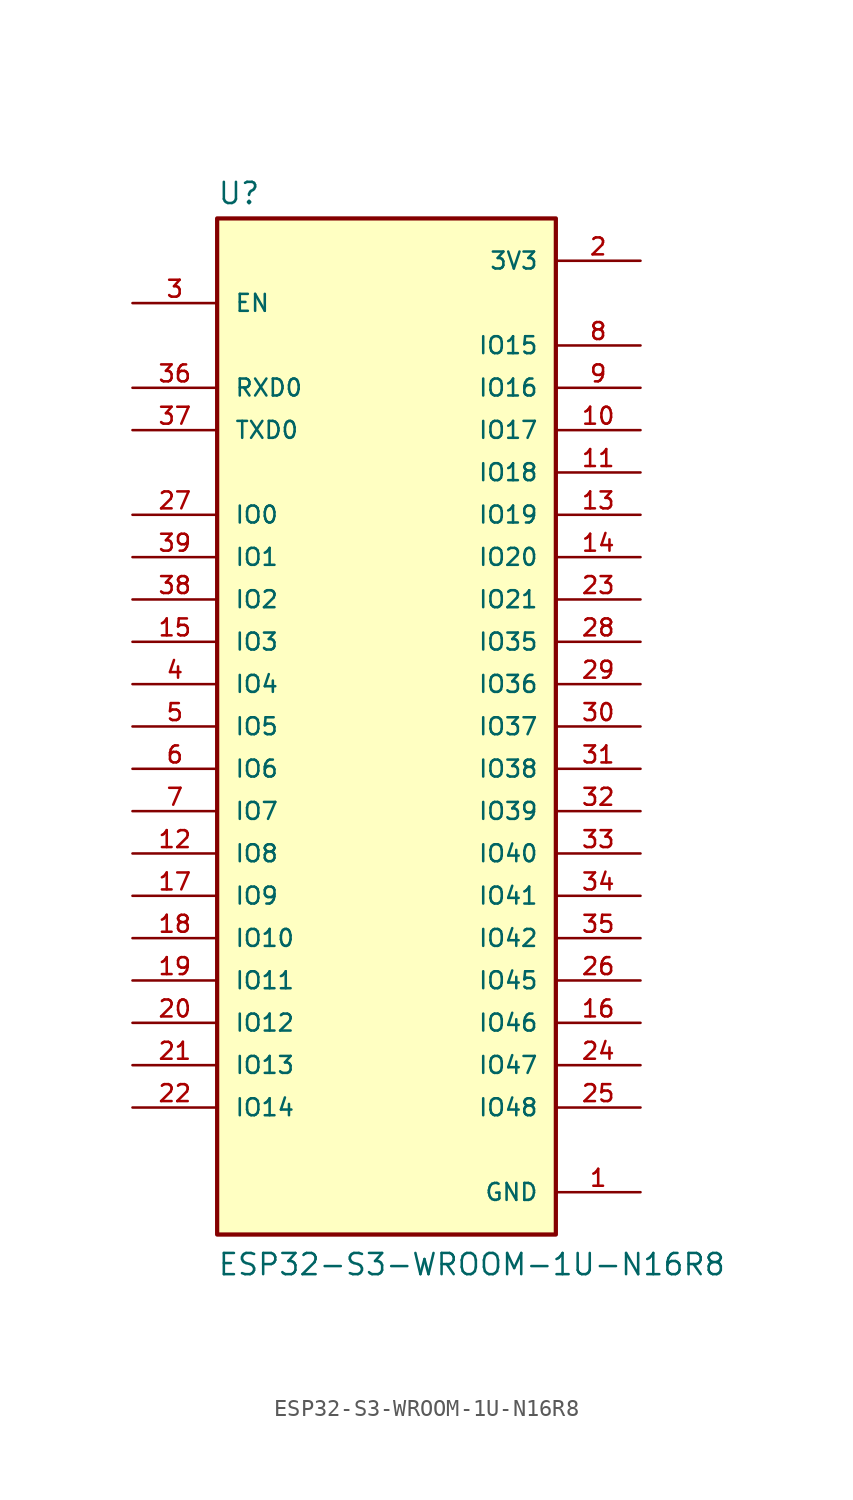
<source format=kicad_sym>
(kicad_symbol_lib
  (version 20211014)
  (generator kicad_symbol_editor)
  (symbol "ESP32-S3-WROOM-1U-N16R8"
    (pin_names
      (offset 1.016))
    (property "Reference" "U"
      (at -10.16 31.242 0)
      (effects (font (size 1.27 1.27)) (justify bottom left)))
    (property "Value" "ESP32-S3-WROOM-1U-N16R8"
      (at -10.16 -33.02 0)
      (effects (font (size 1.27 1.27)) (justify bottom left)))
    (symbol "ESP32-S3-WROOM-1U-N16R8_0_0"
      (rectangle (start -10.16 -30.48) (end 10.16 30.48) (stroke (width 0.254)) (fill (type background)))
      (pin power_in line (at 15.24 -27.94 180.0) (length 5.08) (name "GND" (effects (font (size 1.016 1.016)))) (number "1" (effects (font (size 1.016 1.016)))))
      (pin power_in line (at 15.24 -27.94 180.0) (length 5.08) hide (name "GND" (effects (font (size 1.016 1.016)))) (number "40" (effects (font (size 1.016 1.016)))))
      (pin power_in line (at 15.24 -27.94 180.0) (length 5.08) hide (name "GND" (effects (font (size 1.016 1.016)))) (number "41_1" (effects (font (size 1.016 1.016)))))
      (pin power_in line (at 15.24 -27.94 180.0) (length 5.08) hide (name "GND" (effects (font (size 1.016 1.016)))) (number "41_2" (effects (font (size 1.016 1.016)))))
      (pin power_in line (at 15.24 -27.94 180.0) (length 5.08) hide (name "GND" (effects (font (size 1.016 1.016)))) (number "41_3" (effects (font (size 1.016 1.016)))))
      (pin power_in line (at 15.24 -27.94 180.0) (length 5.08) hide (name "GND" (effects (font (size 1.016 1.016)))) (number "41_4" (effects (font (size 1.016 1.016)))))
      (pin power_in line (at 15.24 -27.94 180.0) (length 5.08) hide (name "GND" (effects (font (size 1.016 1.016)))) (number "41_5" (effects (font (size 1.016 1.016)))))
      (pin power_in line (at 15.24 -27.94 180.0) (length 5.08) hide (name "GND" (effects (font (size 1.016 1.016)))) (number "41_6" (effects (font (size 1.016 1.016)))))
      (pin power_in line (at 15.24 -27.94 180.0) (length 5.08) hide (name "GND" (effects (font (size 1.016 1.016)))) (number "41_7" (effects (font (size 1.016 1.016)))))
      (pin power_in line (at 15.24 -27.94 180.0) (length 5.08) hide (name "GND" (effects (font (size 1.016 1.016)))) (number "41_8" (effects (font (size 1.016 1.016)))))
      (pin power_in line (at 15.24 -27.94 180.0) (length 5.08) hide (name "GND" (effects (font (size 1.016 1.016)))) (number "41_9" (effects (font (size 1.016 1.016)))))
      (pin power_in line (at 15.24 27.94 180.0) (length 5.08) (name "3V3" (effects (font (size 1.016 1.016)))) (number "2" (effects (font (size 1.016 1.016)))))
      (pin input line (at -15.24 25.4 0) (length 5.08) (name "EN" (effects (font (size 1.016 1.016)))) (number "3" (effects (font (size 1.016 1.016)))))
      (pin bidirectional line (at 15.24 5.08 180.0) (length 5.08) (name "IO35" (effects (font (size 1.016 1.016)))) (number "28" (effects (font (size 1.016 1.016)))))
      (pin bidirectional line (at 15.24 -22.86 180.0) (length 5.08) (name "IO48" (effects (font (size 1.016 1.016)))) (number "25" (effects (font (size 1.016 1.016)))))
      (pin bidirectional line (at 15.24 -10.16 180.0) (length 5.08) (name "IO41" (effects (font (size 1.016 1.016)))) (number "34" (effects (font (size 1.016 1.016)))))
      (pin bidirectional line (at 15.24 -5.08 180.0) (length 5.08) (name "IO39" (effects (font (size 1.016 1.016)))) (number "32" (effects (font (size 1.016 1.016)))))
      (pin bidirectional line (at 15.24 -20.32 180.0) (length 5.08) (name "IO47" (effects (font (size 1.016 1.016)))) (number "24" (effects (font (size 1.016 1.016)))))
      (pin bidirectional line (at 15.24 -7.62 180.0) (length 5.08) (name "IO40" (effects (font (size 1.016 1.016)))) (number "33" (effects (font (size 1.016 1.016)))))
      (pin bidirectional line (at -15.24 -22.86 0) (length 5.08) (name "IO14" (effects (font (size 1.016 1.016)))) (number "22" (effects (font (size 1.016 1.016)))))
      (pin bidirectional line (at -15.24 -17.78 0) (length 5.08) (name "IO12" (effects (font (size 1.016 1.016)))) (number "20" (effects (font (size 1.016 1.016)))))
      (pin bidirectional line (at -15.24 -20.32 0) (length 5.08) (name "IO13" (effects (font (size 1.016 1.016)))) (number "21" (effects (font (size 1.016 1.016)))))
      (pin bidirectional line (at 15.24 22.86 180.0) (length 5.08) (name "IO15" (effects (font (size 1.016 1.016)))) (number "8" (effects (font (size 1.016 1.016)))))
      (pin bidirectional line (at -15.24 7.62 0) (length 5.08) (name "IO2" (effects (font (size 1.016 1.016)))) (number "38" (effects (font (size 1.016 1.016)))))
      (pin bidirectional line (at -15.24 12.7 0) (length 5.08) (name "IO0" (effects (font (size 1.016 1.016)))) (number "27" (effects (font (size 1.016 1.016)))))
      (pin bidirectional line (at -15.24 2.54 0) (length 5.08) (name "IO4" (effects (font (size 1.016 1.016)))) (number "4" (effects (font (size 1.016 1.016)))))
      (pin bidirectional line (at 15.24 20.32 180.0) (length 5.08) (name "IO16" (effects (font (size 1.016 1.016)))) (number "9" (effects (font (size 1.016 1.016)))))
      (pin bidirectional line (at 15.24 17.78 180.0) (length 5.08) (name "IO17" (effects (font (size 1.016 1.016)))) (number "10" (effects (font (size 1.016 1.016)))))
      (pin bidirectional line (at -15.24 0.0 0) (length 5.08) (name "IO5" (effects (font (size 1.016 1.016)))) (number "5" (effects (font (size 1.016 1.016)))))
      (pin bidirectional line (at 15.24 15.24 180.0) (length 5.08) (name "IO18" (effects (font (size 1.016 1.016)))) (number "11" (effects (font (size 1.016 1.016)))))
      (pin bidirectional line (at 15.24 12.7 180.0) (length 5.08) (name "IO19" (effects (font (size 1.016 1.016)))) (number "13" (effects (font (size 1.016 1.016)))))
      (pin bidirectional line (at 15.24 7.62 180.0) (length 5.08) (name "IO21" (effects (font (size 1.016 1.016)))) (number "23" (effects (font (size 1.016 1.016)))))
      (pin bidirectional line (at 15.24 0.0 180.0) (length 5.08) (name "IO37" (effects (font (size 1.016 1.016)))) (number "30" (effects (font (size 1.016 1.016)))))
      (pin bidirectional line (at 15.24 -2.54 180.0) (length 5.08) (name "IO38" (effects (font (size 1.016 1.016)))) (number "31" (effects (font (size 1.016 1.016)))))
      (pin bidirectional line (at -15.24 10.16 0) (length 5.08) (name "IO1" (effects (font (size 1.016 1.016)))) (number "39" (effects (font (size 1.016 1.016)))))
      (pin bidirectional line (at -15.24 5.08 0) (length 5.08) (name "IO3" (effects (font (size 1.016 1.016)))) (number "15" (effects (font (size 1.016 1.016)))))
      (pin bidirectional line (at -15.24 -2.54 0) (length 5.08) (name "IO6" (effects (font (size 1.016 1.016)))) (number "6" (effects (font (size 1.016 1.016)))))
      (pin bidirectional line (at -15.24 -5.08 0) (length 5.08) (name "IO7" (effects (font (size 1.016 1.016)))) (number "7" (effects (font (size 1.016 1.016)))))
      (pin bidirectional line (at -15.24 -7.62 0) (length 5.08) (name "IO8" (effects (font (size 1.016 1.016)))) (number "12" (effects (font (size 1.016 1.016)))))
      (pin bidirectional line (at -15.24 -10.16 0) (length 5.08) (name "IO9" (effects (font (size 1.016 1.016)))) (number "17" (effects (font (size 1.016 1.016)))))
      (pin bidirectional line (at -15.24 -12.7 0) (length 5.08) (name "IO10" (effects (font (size 1.016 1.016)))) (number "18" (effects (font (size 1.016 1.016)))))
      (pin bidirectional line (at -15.24 -15.24 0) (length 5.08) (name "IO11" (effects (font (size 1.016 1.016)))) (number "19" (effects (font (size 1.016 1.016)))))
      (pin bidirectional line (at 15.24 2.54 180.0) (length 5.08) (name "IO36" (effects (font (size 1.016 1.016)))) (number "29" (effects (font (size 1.016 1.016)))))
      (pin bidirectional line (at 15.24 -12.7 180.0) (length 5.08) (name "IO42" (effects (font (size 1.016 1.016)))) (number "35" (effects (font (size 1.016 1.016)))))
      (pin bidirectional line (at 15.24 10.16 180.0) (length 5.08) (name "IO20" (effects (font (size 1.016 1.016)))) (number "14" (effects (font (size 1.016 1.016)))))
      (pin bidirectional line (at -15.24 17.78 0) (length 5.08) (name "TXD0" (effects (font (size 1.016 1.016)))) (number "37" (effects (font (size 1.016 1.016)))))
      (pin bidirectional line (at -15.24 20.32 0) (length 5.08) (name "RXD0" (effects (font (size 1.016 1.016)))) (number "36" (effects (font (size 1.016 1.016)))))
      (pin bidirectional line (at 15.24 -15.24 180.0) (length 5.08) (name "IO45" (effects (font (size 1.016 1.016)))) (number "26" (effects (font (size 1.016 1.016)))))
      (pin bidirectional line (at 15.24 -17.78 180.0) (length 5.08) (name "IO46" (effects (font (size 1.016 1.016)))) (number "16" (effects (font (size 1.016 1.016))))))))
</source>
